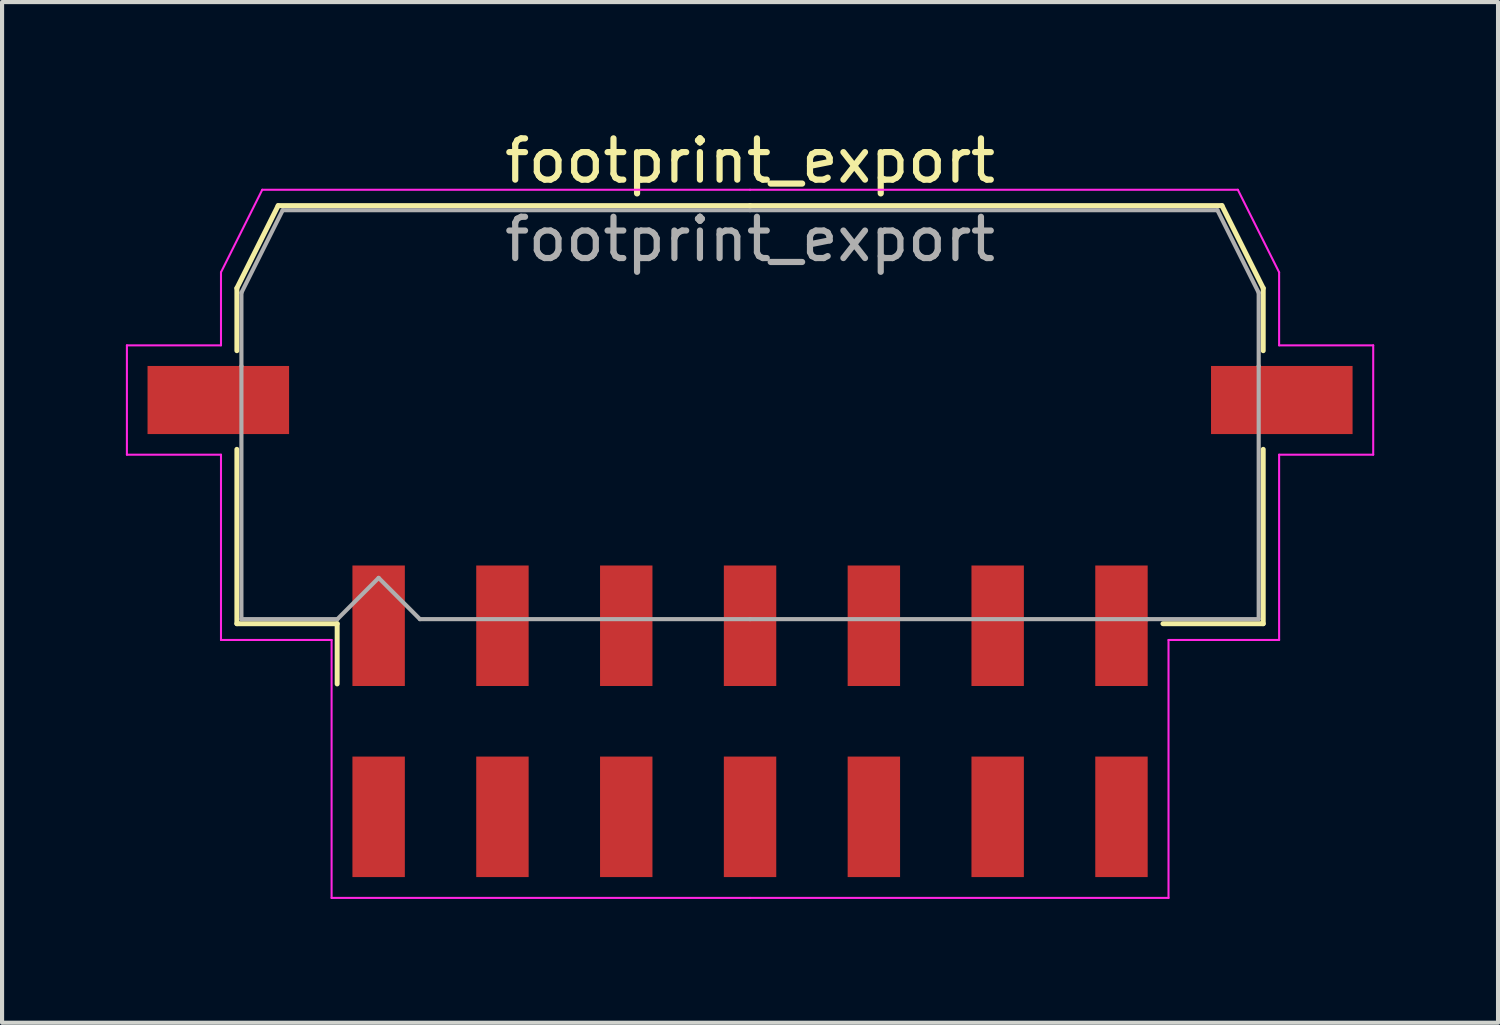
<source format=kicad_pcb>
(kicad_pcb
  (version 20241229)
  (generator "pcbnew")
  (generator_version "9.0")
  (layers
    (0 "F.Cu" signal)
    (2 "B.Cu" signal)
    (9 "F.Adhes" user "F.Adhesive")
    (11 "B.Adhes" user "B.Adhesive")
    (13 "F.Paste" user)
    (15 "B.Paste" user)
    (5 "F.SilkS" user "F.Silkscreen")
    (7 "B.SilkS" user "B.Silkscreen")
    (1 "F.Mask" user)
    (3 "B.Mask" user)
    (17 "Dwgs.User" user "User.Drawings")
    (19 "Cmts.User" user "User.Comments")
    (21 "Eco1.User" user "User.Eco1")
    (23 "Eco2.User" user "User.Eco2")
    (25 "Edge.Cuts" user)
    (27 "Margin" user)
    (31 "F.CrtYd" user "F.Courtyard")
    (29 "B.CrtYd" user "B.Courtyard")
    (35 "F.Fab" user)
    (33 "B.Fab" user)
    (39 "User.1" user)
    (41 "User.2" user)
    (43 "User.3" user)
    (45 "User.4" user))
  (footprint "footprint_export"
    (layer "F.Cu")
    (at 15.125 14.428)
    (property "Reference" "footprint_export" (at 0 -13.58 0) (layer "F.SilkS") (effects (font (size 1 1) (thickness 0.15))))
    (attr smd)
    (fp_line (start -12.435 -10.495) (end -12.435 -8.98) (stroke (width 0.12) (type solid)) (layer "F.SilkS"))
    (fp_line (start -12.435 -6.59) (end -12.435 -2.365) (stroke (width 0.12) (type solid)) (layer "F.SilkS"))
    (fp_line (start -12.435 -2.365) (end -10.005 -2.365) (stroke (width 0.12) (type solid)) (layer "F.SilkS"))
    (fp_line (start -11.435 -12.495) (end -12.435 -10.495) (stroke (width 0.12) (type solid)) (layer "F.SilkS"))
    (fp_line (start -10.005 -2.365) (end -10.005 -0.905) (stroke (width 0.12) (type solid)) (layer "F.SilkS"))
    (fp_line (start 0 -12.495) (end -11.435 -12.495) (stroke (width 0.12) (type solid)) (layer "F.SilkS"))
    (fp_line (start 0 -12.495) (end 11.435 -12.495) (stroke (width 0.12) (type solid)) (layer "F.SilkS"))
    (fp_line (start 11.435 -12.495) (end 12.435 -10.495) (stroke (width 0.12) (type solid)) (layer "F.SilkS"))
    (fp_line (start 12.435 -10.495) (end 12.435 -8.98) (stroke (width 0.12) (type solid)) (layer "F.SilkS"))
    (fp_line (start 12.435 -6.59) (end 12.435 -2.365) (stroke (width 0.12) (type solid)) (layer "F.SilkS"))
    (fp_line (start 12.435 -2.365) (end 10.005 -2.365) (stroke (width 0.12) (type solid)) (layer "F.SilkS"))
    (fp_line (start -15.1 -9.11) (end -15.1 -6.46) (stroke (width 0.05) (type solid)) (layer "F.CrtYd"))
    (fp_line (start -15.1 -6.46) (end -12.82 -6.46) (stroke (width 0.05) (type solid)) (layer "F.CrtYd"))
    (fp_line (start -12.82 -10.88) (end -12.82 -9.11) (stroke (width 0.05) (type solid)) (layer "F.CrtYd"))
    (fp_line (start -12.82 -9.11) (end -15.1 -9.11) (stroke (width 0.05) (type solid)) (layer "F.CrtYd"))
    (fp_line (start -12.82 -6.46) (end -12.82 -1.97) (stroke (width 0.05) (type solid)) (layer "F.CrtYd"))
    (fp_line (start -12.82 -1.97) (end -10.14 -1.97) (stroke (width 0.05) (type solid)) (layer "F.CrtYd"))
    (fp_line (start -11.82 -12.88) (end -12.82 -10.88) (stroke (width 0.05) (type solid)) (layer "F.CrtYd"))
    (fp_line (start -10.14 -1.97) (end -10.14 4.28) (stroke (width 0.05) (type solid)) (layer "F.CrtYd"))
    (fp_line (start -10.14 4.28) (end 0 4.28) (stroke (width 0.05) (type solid)) (layer "F.CrtYd"))
    (fp_line (start 0 -12.88) (end -11.82 -12.88) (stroke (width 0.05) (type solid)) (layer "F.CrtYd"))
    (fp_line (start 0 -12.88) (end 11.82 -12.88) (stroke (width 0.05) (type solid)) (layer "F.CrtYd"))
    (fp_line (start 10.14 -1.97) (end 10.14 4.28) (stroke (width 0.05) (type solid)) (layer "F.CrtYd"))
    (fp_line (start 10.14 4.28) (end 0 4.28) (stroke (width 0.05) (type solid)) (layer "F.CrtYd"))
    (fp_line (start 11.82 -12.88) (end 12.82 -10.88) (stroke (width 0.05) (type solid)) (layer "F.CrtYd"))
    (fp_line (start 12.82 -10.88) (end 12.82 -9.11) (stroke (width 0.05) (type solid)) (layer "F.CrtYd"))
    (fp_line (start 12.82 -9.11) (end 15.1 -9.11) (stroke (width 0.05) (type solid)) (layer "F.CrtYd"))
    (fp_line (start 12.82 -6.46) (end 12.82 -1.97) (stroke (width 0.05) (type solid)) (layer "F.CrtYd"))
    (fp_line (start 12.82 -1.97) (end 10.14 -1.97) (stroke (width 0.05) (type solid)) (layer "F.CrtYd"))
    (fp_line (start 15.1 -9.11) (end 15.1 -6.46) (stroke (width 0.05) (type solid)) (layer "F.CrtYd"))
    (fp_line (start 15.1 -6.46) (end 12.82 -6.46) (stroke (width 0.05) (type solid)) (layer "F.CrtYd"))
    (fp_line (start -12.325 -10.385) (end -12.325 -8.61) (stroke (width 0.1) (type solid)) (layer "F.Fab"))
    (fp_line (start -12.325 -8.61) (end -12.325 -2.475) (stroke (width 0.1) (type solid)) (layer "F.Fab"))
    (fp_line (start -12.325 -2.475) (end -10 -2.475) (stroke (width 0.1) (type solid)) (layer "F.Fab"))
    (fp_line (start -11.325 -12.385) (end -12.325 -10.385) (stroke (width 0.1) (type solid)) (layer "F.Fab"))
    (fp_line (start -10 -2.475) (end -9 -3.475) (stroke (width 0.1) (type solid)) (layer "F.Fab"))
    (fp_line (start -9 -3.475) (end -8 -2.475) (stroke (width 0.1) (type solid)) (layer "F.Fab"))
    (fp_line (start -8 -2.475) (end 0 -2.475) (stroke (width 0.1) (type solid)) (layer "F.Fab"))
    (fp_line (start 0 -12.385) (end -11.325 -12.385) (stroke (width 0.1) (type solid)) (layer "F.Fab"))
    (fp_line (start 0 -12.385) (end 11.325 -12.385) (stroke (width 0.1) (type solid)) (layer "F.Fab"))
    (fp_line (start 9.635 -2.475) (end 0 -2.475) (stroke (width 0.1) (type solid)) (layer "F.Fab"))
    (fp_line (start 11.325 -12.385) (end 12.325 -10.385) (stroke (width 0.1) (type solid)) (layer "F.Fab"))
    (fp_line (start 12.325 -10.385) (end 12.325 -8.61) (stroke (width 0.1) (type solid)) (layer "F.Fab"))
    (fp_line (start 12.325 -8.61) (end 12.325 -2.475) (stroke (width 0.1) (type solid)) (layer "F.Fab"))
    (fp_line (start 12.325 -2.475) (end 9.635 -2.475) (stroke (width 0.1) (type solid)) (layer "F.Fab"))
    (fp_text user "${REFERENCE}" (at 0 -11.68 0) (layer "F.Fab") (effects (font (size 1 1) (thickness 0.15))))
    (pad "1" smd rect (at -9 -2.315) (size 1.27 2.92) (layers "F.Cu" "F.Mask" "F.Paste"))
    (pad "2" smd rect (at -6 -2.315) (size 1.27 2.92) (layers "F.Cu" "F.Mask" "F.Paste"))
    (pad "3" smd rect (at -3 -2.315) (size 1.27 2.92) (layers "F.Cu" "F.Mask" "F.Paste"))
    (pad "4" smd rect (at 0 -2.315) (size 1.27 2.92) (layers "F.Cu" "F.Mask" "F.Paste"))
    (pad "5" smd rect (at 3 -2.315) (size 1.27 2.92) (layers "F.Cu" "F.Mask" "F.Paste"))
    (pad "6" smd rect (at 6 -2.315) (size 1.27 2.92) (layers "F.Cu" "F.Mask" "F.Paste"))
    (pad "7" smd rect (at 9 -2.315) (size 1.27 2.92) (layers "F.Cu" "F.Mask" "F.Paste"))
    (pad "8" smd rect (at -9 2.315) (size 1.27 2.92) (layers "F.Cu" "F.Mask" "F.Paste"))
    (pad "9" smd rect (at -6 2.315) (size 1.27 2.92) (layers "F.Cu" "F.Mask" "F.Paste"))
    (pad "10" smd rect (at -3 2.315) (size 1.27 2.92) (layers "F.Cu" "F.Mask" "F.Paste"))
    (pad "11" smd rect (at 0 2.315) (size 1.27 2.92) (layers "F.Cu" "F.Mask" "F.Paste"))
    (pad "12" smd rect (at 3 2.315) (size 1.27 2.92) (layers "F.Cu" "F.Mask" "F.Paste"))
    (pad "13" smd rect (at 6 2.315) (size 1.27 2.92) (layers "F.Cu" "F.Mask" "F.Paste"))
    (pad "14" smd rect (at 9 2.315) (size 1.27 2.92) (layers "F.Cu" "F.Mask" "F.Paste"))
    (pad "MP" smd rect (at -12.885 -7.785) (size 3.43 1.65) (layers "F.Cu" "F.Mask" "F.Paste"))
    (pad "MP" smd rect (at 12.885 -7.785) (size 3.43 1.65) (layers "F.Cu" "F.Mask" "F.Paste")))
  (gr_rect
    (start -3 -3)
    (end 33.25 21.733)
    (stroke (width 0.1) (type default))
    (fill no)
    (layer "Edge.Cuts")))
</source>
